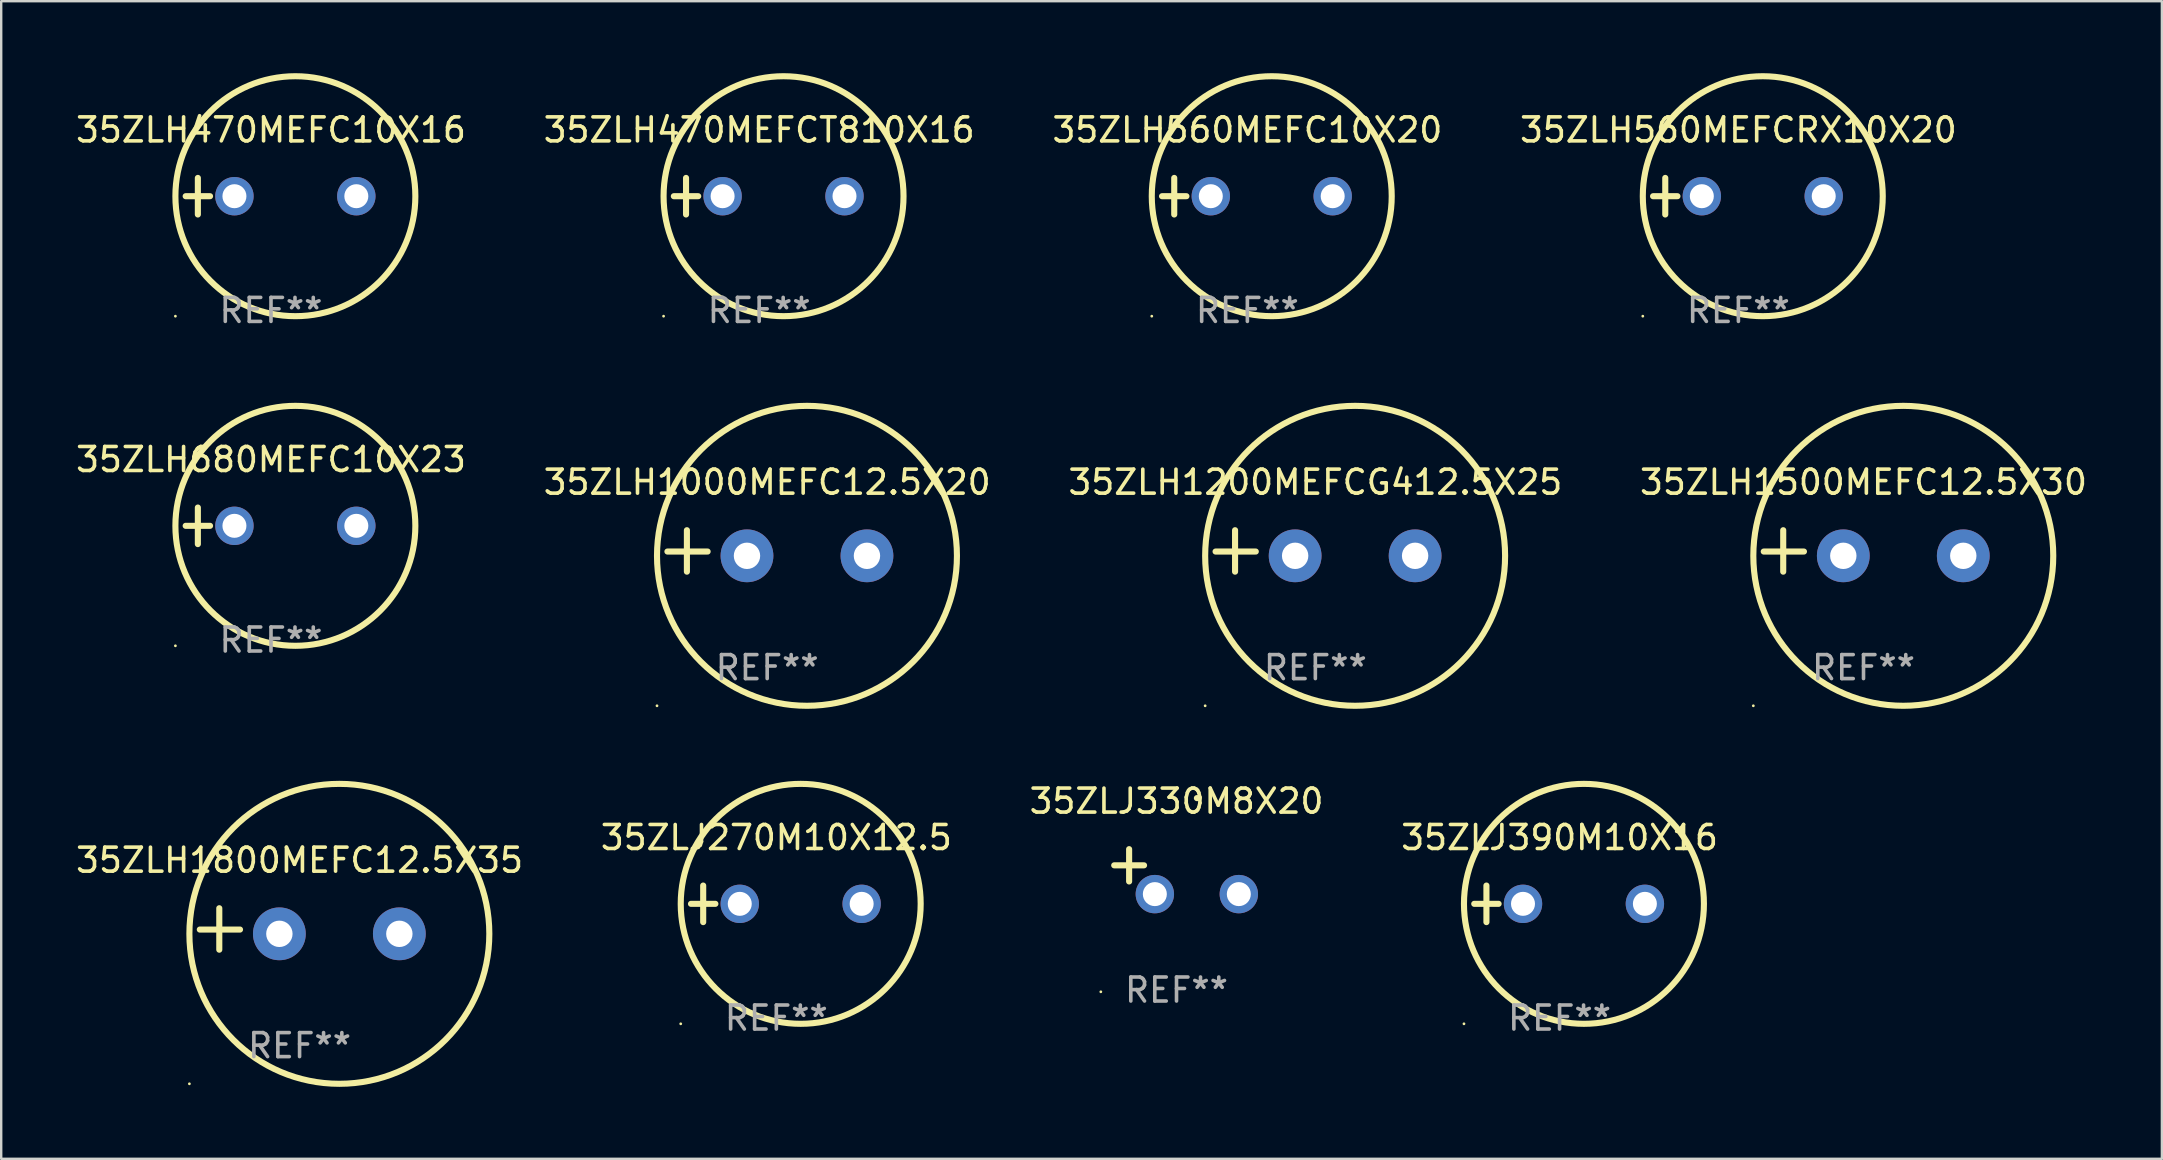
<source format=kicad_pcb>
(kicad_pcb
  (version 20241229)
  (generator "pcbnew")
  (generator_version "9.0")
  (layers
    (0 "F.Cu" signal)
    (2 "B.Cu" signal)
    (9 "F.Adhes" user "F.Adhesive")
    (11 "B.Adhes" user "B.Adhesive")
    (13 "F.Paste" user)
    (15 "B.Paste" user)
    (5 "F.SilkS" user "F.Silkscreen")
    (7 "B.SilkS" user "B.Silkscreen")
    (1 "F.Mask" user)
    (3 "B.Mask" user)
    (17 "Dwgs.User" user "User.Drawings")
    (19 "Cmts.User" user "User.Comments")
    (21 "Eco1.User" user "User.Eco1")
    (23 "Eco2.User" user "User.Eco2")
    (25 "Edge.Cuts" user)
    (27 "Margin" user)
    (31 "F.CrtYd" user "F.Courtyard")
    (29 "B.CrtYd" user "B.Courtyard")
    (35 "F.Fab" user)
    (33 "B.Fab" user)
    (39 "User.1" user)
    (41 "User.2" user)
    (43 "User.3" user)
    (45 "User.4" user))
  (footprint "35ZLH1800MEFC12.5X35"
    (layer "F.Cu")
    (at 9.435 35.665)
    (property "Reference" "35ZLH1800MEFC12.5X35" (at 0 -2.864 0) (layer "F.SilkS") (effects (font (size 1 1) (thickness 0.15))))
    (attr through_hole)
    (fp_line (start -3.346 0.864) (end -3.346 -0.864) (stroke (width 0.254) (type solid)) (layer "F.SilkS"))
    (fp_line (start -2.482 0.025) (end -4.158 0.025) (stroke (width 0.254) (type solid)) (layer "F.SilkS"))
    (fp_circle (center -4.592 6.453) (end -4.562 6.453) (stroke (width 0.06) (type solid)) (fill no) (layer "F.SilkS"))
    (fp_circle (center 1.658 0.203) (end 7.908 0.203) (stroke (width 0.254) (type solid)) (fill no) (layer "F.SilkS"))
    (fp_text user "REF**" (at 0 4.864 0) (layer "F.Fab") (effects (font (size 1 1) (thickness 0.15))))
    (pad "1" thru_hole circle (at -0.842 0.203) (size 2.2 2.2) (drill 1.1) (layers "*.Cu" "*.Mask"))
    (pad "2" thru_hole circle (at 4.158 0.203) (size 2.2 2.2) (drill 1.1) (layers "*.Cu" "*.Mask")))
  (footprint "35ZLH470MEFC10X16"
    (layer "F.Cu")
    (at 8.244 5.127)
    (property "Reference" "35ZLH470MEFC10X16" (at 0 -2.762 0) (layer "F.SilkS") (effects (font (size 1 1) (thickness 0.15))))
    (attr through_hole)
    (fp_line (start -3.556 0) (end -2.54 0) (stroke (width 0.254) (type solid)) (layer "F.SilkS"))
    (fp_line (start -3.048 -0.762) (end -3.048 0.762) (stroke (width 0.254) (type solid)) (layer "F.SilkS"))
    (fp_circle (center -3.984 5) (end -3.954 5) (stroke (width 0.06) (type solid)) (fill no) (layer "F.SilkS"))
    (fp_circle (center 1.016 0) (end 6.016 0) (stroke (width 0.254) (type solid)) (fill no) (layer "F.SilkS"))
    (fp_text user "REF**" (at 0 4.762 0) (layer "F.Fab") (effects (font (size 1 1) (thickness 0.15))))
    (pad "1" thru_hole circle (at -1.524 0) (size 1.6 1.6) (drill 1) (layers "*.Cu" "*.Mask"))
    (pad "2" thru_hole circle (at 3.556 0) (size 1.6 1.6) (drill 1) (layers "*.Cu" "*.Mask")))
  (footprint "35ZLH1000MEFC12.5X20"
    (layer "F.Cu")
    (at 28.923 19.911)
    (property "Reference" "35ZLH1000MEFC12.5X20" (at 0 -2.864 0) (layer "F.SilkS") (effects (font (size 1 1) (thickness 0.15))))
    (attr through_hole)
    (fp_line (start -3.346 0.864) (end -3.346 -0.864) (stroke (width 0.254) (type solid)) (layer "F.SilkS"))
    (fp_line (start -2.482 0.025) (end -4.158 0.025) (stroke (width 0.254) (type solid)) (layer "F.SilkS"))
    (fp_circle (center -4.592 6.453) (end -4.562 6.453) (stroke (width 0.06) (type solid)) (fill no) (layer "F.SilkS"))
    (fp_circle (center 1.658 0.203) (end 7.908 0.203) (stroke (width 0.254) (type solid)) (fill no) (layer "F.SilkS"))
    (fp_text user "REF**" (at 0 4.864 0) (layer "F.Fab") (effects (font (size 1 1) (thickness 0.15))))
    (pad "1" thru_hole circle (at -0.842 0.203) (size 2.2 2.2) (drill 1.1) (layers "*.Cu" "*.Mask"))
    (pad "2" thru_hole circle (at 4.158 0.203) (size 2.2 2.2) (drill 1.1) (layers "*.Cu" "*.Mask")))
  (footprint "35ZLH560MEFCRX10X20"
    (layer "F.Cu")
    (at 69.399 5.127)
    (property "Reference" "35ZLH560MEFCRX10X20" (at 0 -2.762 0) (layer "F.SilkS") (effects (font (size 1 1) (thickness 0.15))))
    (attr through_hole)
    (fp_line (start -3.556 0) (end -2.54 0) (stroke (width 0.254) (type solid)) (layer "F.SilkS"))
    (fp_line (start -3.048 -0.762) (end -3.048 0.762) (stroke (width 0.254) (type solid)) (layer "F.SilkS"))
    (fp_circle (center -3.984 5) (end -3.954 5) (stroke (width 0.06) (type solid)) (fill no) (layer "F.SilkS"))
    (fp_circle (center 1.016 0) (end 6.016 0) (stroke (width 0.254) (type solid)) (fill no) (layer "F.SilkS"))
    (fp_text user "REF**" (at 0 4.762 0) (layer "F.Fab") (effects (font (size 1 1) (thickness 0.15))))
    (pad "1" thru_hole circle (at -1.524 0) (size 1.6 1.6) (drill 1) (layers "*.Cu" "*.Mask"))
    (pad "2" thru_hole circle (at 3.556 0) (size 1.6 1.6) (drill 1) (layers "*.Cu" "*.Mask")))
  (footprint "35ZLH1500MEFC12.5X30"
    (layer "F.Cu")
    (at 74.613 19.911)
    (property "Reference" "35ZLH1500MEFC12.5X30" (at 0 -2.864 0) (layer "F.SilkS") (effects (font (size 1 1) (thickness 0.15))))
    (attr through_hole)
    (fp_line (start -3.346 0.864) (end -3.346 -0.864) (stroke (width 0.254) (type solid)) (layer "F.SilkS"))
    (fp_line (start -2.482 0.025) (end -4.158 0.025) (stroke (width 0.254) (type solid)) (layer "F.SilkS"))
    (fp_circle (center -4.592 6.453) (end -4.562 6.453) (stroke (width 0.06) (type solid)) (fill no) (layer "F.SilkS"))
    (fp_circle (center 1.658 0.203) (end 7.908 0.203) (stroke (width 0.254) (type solid)) (fill no) (layer "F.SilkS"))
    (fp_text user "REF**" (at 0 4.864 0) (layer "F.Fab") (effects (font (size 1 1) (thickness 0.15))))
    (pad "1" thru_hole circle (at -0.842 0.203) (size 2.2 2.2) (drill 1.1) (layers "*.Cu" "*.Mask"))
    (pad "2" thru_hole circle (at 4.158 0.203) (size 2.2 2.2) (drill 1.1) (layers "*.Cu" "*.Mask")))
  (footprint "35ZLH1200MEFCG412.5X25"
    (layer "F.Cu")
    (at 51.768 19.911)
    (property "Reference" "35ZLH1200MEFCG412.5X25" (at 0 -2.864 0) (layer "F.SilkS") (effects (font (size 1 1) (thickness 0.15))))
    (attr through_hole)
    (fp_line (start -3.346 0.864) (end -3.346 -0.864) (stroke (width 0.254) (type solid)) (layer "F.SilkS"))
    (fp_line (start -2.482 0.025) (end -4.158 0.025) (stroke (width 0.254) (type solid)) (layer "F.SilkS"))
    (fp_circle (center -4.592 6.453) (end -4.562 6.453) (stroke (width 0.06) (type solid)) (fill no) (layer "F.SilkS"))
    (fp_circle (center 1.658 0.203) (end 7.908 0.203) (stroke (width 0.254) (type solid)) (fill no) (layer "F.SilkS"))
    (fp_text user "REF**" (at 0 4.864 0) (layer "F.Fab") (effects (font (size 1 1) (thickness 0.15))))
    (pad "1" thru_hole circle (at -0.842 0.203) (size 2.2 2.2) (drill 1.1) (layers "*.Cu" "*.Mask"))
    (pad "2" thru_hole circle (at 4.158 0.203) (size 2.2 2.2) (drill 1.1) (layers "*.Cu" "*.Mask")))
  (footprint "35ZLH680MEFC10X23"
    (layer "F.Cu")
    (at 8.244 18.864)
    (property "Reference" "35ZLH680MEFC10X23" (at 0 -2.762 0) (layer "F.SilkS") (effects (font (size 1 1) (thickness 0.15))))
    (attr through_hole)
    (fp_line (start -3.556 0) (end -2.54 0) (stroke (width 0.254) (type solid)) (layer "F.SilkS"))
    (fp_line (start -3.048 -0.762) (end -3.048 0.762) (stroke (width 0.254) (type solid)) (layer "F.SilkS"))
    (fp_circle (center -3.984 5) (end -3.954 5) (stroke (width 0.06) (type solid)) (fill no) (layer "F.SilkS"))
    (fp_circle (center 1.016 0) (end 6.016 0) (stroke (width 0.254) (type solid)) (fill no) (layer "F.SilkS"))
    (fp_text user "REF**" (at 0 4.762 0) (layer "F.Fab") (effects (font (size 1 1) (thickness 0.15))))
    (pad "1" thru_hole circle (at -1.524 0) (size 1.6 1.6) (drill 1) (layers "*.Cu" "*.Mask"))
    (pad "2" thru_hole circle (at 3.556 0) (size 1.6 1.6) (drill 1) (layers "*.Cu" "*.Mask")))
  (footprint "35ZLJ330M8X20"
    (layer "F.Cu")
    (at 45.982 33.276)
    (property "Reference" "35ZLJ330M8X20" (at 0 -2.937 0) (layer "F.SilkS") (effects (font (size 1 1) (thickness 0.15))))
    (attr through_hole)
    (fp_line (start -1.975 0.41) (end -1.975 -0.937) (stroke (width 0.254) (type solid)) (layer "F.SilkS"))
    (fp_line (start -1.353 -0.263) (end -2.597 -0.263) (stroke (width 0.254) (type solid)) (layer "F.SilkS"))
    (fp_arc (start 0.849809 -3.063957) (mid 0.885369 -3.064114) (end 0.920929 -3.063957) (stroke (width 0.254001) (type solid)) (layer "F.SilkS"))
    (fp_circle (center -3.154 5.008) (end -3.124 5.008) (stroke (width 0.06) (type solid)) (fill no) (layer "F.SilkS"))
    (fp_text user "REF**" (at 0 4.937 0) (layer "F.Fab") (effects (font (size 1 1) (thickness 0.15))))
    (pad "1" thru_hole circle (at -0.903 0.937) (size 1.6 1.6) (drill 1) (layers "*.Cu" "*.Mask"))
    (pad "2" thru_hole circle (at 2.597 0.937) (size 1.6 1.6) (drill 1) (layers "*.Cu" "*.Mask")))
  (footprint "35ZLH560MEFC10X20"
    (layer "F.Cu")
    (at 48.935 5.127)
    (property "Reference" "35ZLH560MEFC10X20" (at 0 -2.762 0) (layer "F.SilkS") (effects (font (size 1 1) (thickness 0.15))))
    (attr through_hole)
    (fp_line (start -3.556 0) (end -2.54 0) (stroke (width 0.254) (type solid)) (layer "F.SilkS"))
    (fp_line (start -3.048 -0.762) (end -3.048 0.762) (stroke (width 0.254) (type solid)) (layer "F.SilkS"))
    (fp_circle (center -3.984 5) (end -3.954 5) (stroke (width 0.06) (type solid)) (fill no) (layer "F.SilkS"))
    (fp_circle (center 1.016 0) (end 6.016 0) (stroke (width 0.254) (type solid)) (fill no) (layer "F.SilkS"))
    (fp_text user "REF**" (at 0 4.762 0) (layer "F.Fab") (effects (font (size 1 1) (thickness 0.15))))
    (pad "1" thru_hole circle (at -1.524 0) (size 1.6 1.6) (drill 1) (layers "*.Cu" "*.Mask"))
    (pad "2" thru_hole circle (at 3.556 0) (size 1.6 1.6) (drill 1) (layers "*.Cu" "*.Mask")))
  (footprint "35ZLJ270M10X12.5"
    (layer "F.Cu")
    (at 29.304 34.618)
    (property "Reference" "35ZLJ270M10X12.5" (at 0 -2.762 0) (layer "F.SilkS") (effects (font (size 1 1) (thickness 0.15))))
    (attr through_hole)
    (fp_line (start -3.556 0) (end -2.54 0) (stroke (width 0.254) (type solid)) (layer "F.SilkS"))
    (fp_line (start -3.048 -0.762) (end -3.048 0.762) (stroke (width 0.254) (type solid)) (layer "F.SilkS"))
    (fp_circle (center -3.984 5) (end -3.954 5) (stroke (width 0.06) (type solid)) (fill no) (layer "F.SilkS"))
    (fp_circle (center 1.016 0) (end 6.016 0) (stroke (width 0.254) (type solid)) (fill no) (layer "F.SilkS"))
    (fp_text user "REF**" (at 0 4.762 0) (layer "F.Fab") (effects (font (size 1 1) (thickness 0.15))))
    (pad "1" thru_hole circle (at -1.524 0) (size 1.6 1.6) (drill 1) (layers "*.Cu" "*.Mask"))
    (pad "2" thru_hole circle (at 3.556 0) (size 1.6 1.6) (drill 1) (layers "*.Cu" "*.Mask")))
  (footprint "35ZLJ390M10X16"
    (layer "F.Cu")
    (at 61.946 34.618)
    (property "Reference" "35ZLJ390M10X16" (at 0 -2.762 0) (layer "F.SilkS") (effects (font (size 1 1) (thickness 0.15))))
    (attr through_hole)
    (fp_line (start -3.556 0) (end -2.54 0) (stroke (width 0.254) (type solid)) (layer "F.SilkS"))
    (fp_line (start -3.048 -0.762) (end -3.048 0.762) (stroke (width 0.254) (type solid)) (layer "F.SilkS"))
    (fp_circle (center -3.984 5) (end -3.954 5) (stroke (width 0.06) (type solid)) (fill no) (layer "F.SilkS"))
    (fp_circle (center 1.016 0) (end 6.016 0) (stroke (width 0.254) (type solid)) (fill no) (layer "F.SilkS"))
    (fp_text user "REF**" (at 0 4.762 0) (layer "F.Fab") (effects (font (size 1 1) (thickness 0.15))))
    (pad "1" thru_hole circle (at -1.524 0) (size 1.6 1.6) (drill 1) (layers "*.Cu" "*.Mask"))
    (pad "2" thru_hole circle (at 3.556 0) (size 1.6 1.6) (drill 1) (layers "*.Cu" "*.Mask")))
  (footprint "35ZLH470MEFCT810X16"
    (layer "F.Cu")
    (at 28.589 5.127)
    (property "Reference" "35ZLH470MEFCT810X16" (at 0 -2.762 0) (layer "F.SilkS") (effects (font (size 1 1) (thickness 0.15))))
    (attr through_hole)
    (fp_line (start -3.556 0) (end -2.54 0) (stroke (width 0.254) (type solid)) (layer "F.SilkS"))
    (fp_line (start -3.048 -0.762) (end -3.048 0.762) (stroke (width 0.254) (type solid)) (layer "F.SilkS"))
    (fp_circle (center -3.984 5) (end -3.954 5) (stroke (width 0.06) (type solid)) (fill no) (layer "F.SilkS"))
    (fp_circle (center 1.016 0) (end 6.016 0) (stroke (width 0.254) (type solid)) (fill no) (layer "F.SilkS"))
    (fp_text user "REF**" (at 0 4.762 0) (layer "F.Fab") (effects (font (size 1 1) (thickness 0.15))))
    (pad "1" thru_hole circle (at -1.524 0) (size 1.6 1.6) (drill 1) (layers "*.Cu" "*.Mask"))
    (pad "2" thru_hole circle (at 3.556 0) (size 1.6 1.6) (drill 1) (layers "*.Cu" "*.Mask")))
  (gr_rect
    (start -3 -3)
    (end 87.048 45.245)
    (stroke (width 0.1) (type default))
    (fill no)
    (layer "Edge.Cuts")))
</source>
